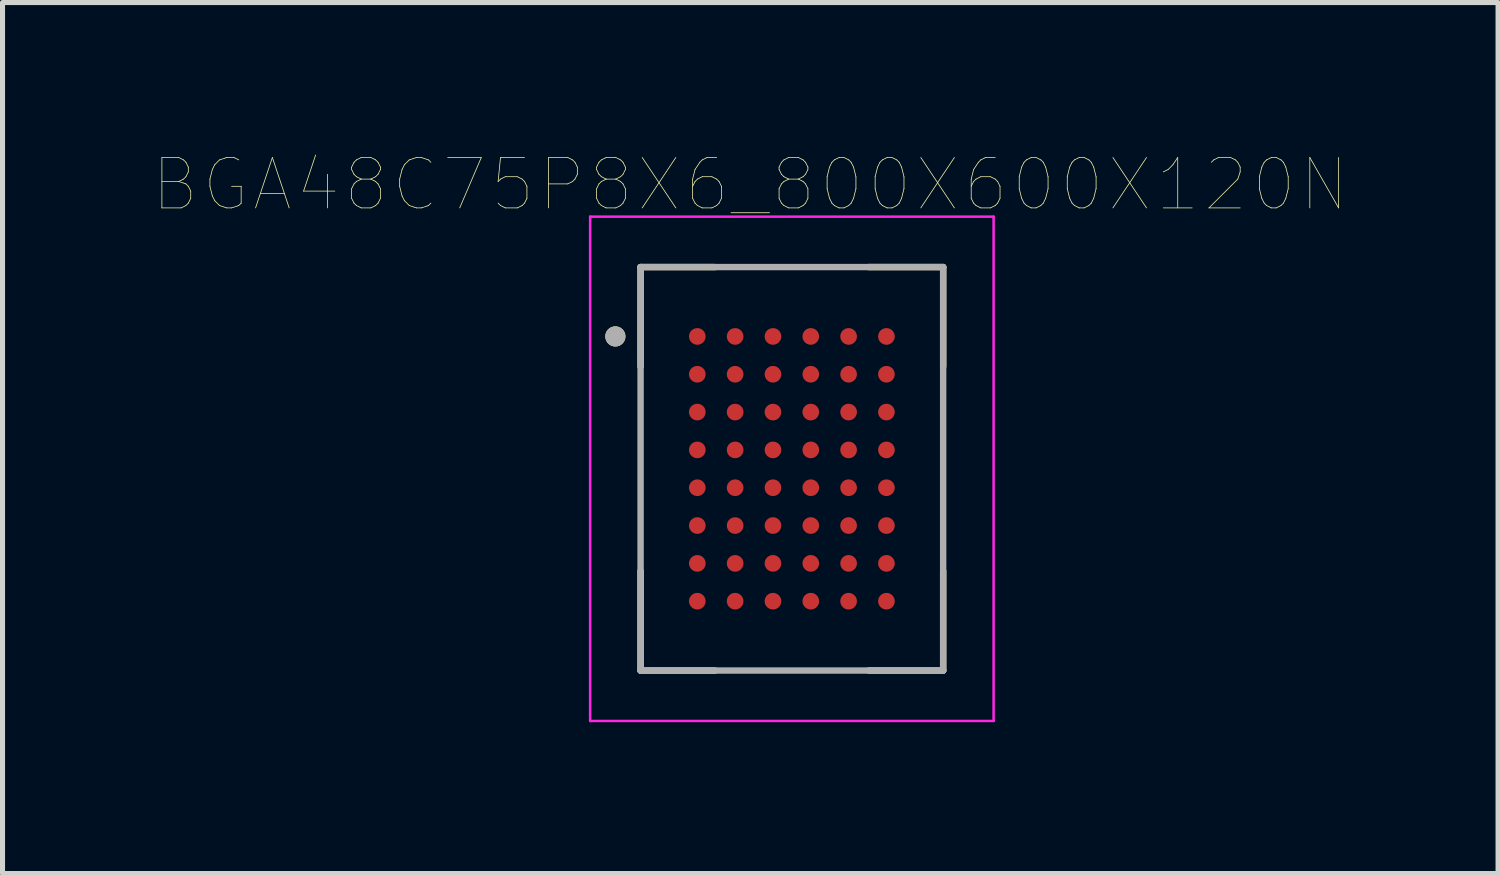
<source format=kicad_pcb>
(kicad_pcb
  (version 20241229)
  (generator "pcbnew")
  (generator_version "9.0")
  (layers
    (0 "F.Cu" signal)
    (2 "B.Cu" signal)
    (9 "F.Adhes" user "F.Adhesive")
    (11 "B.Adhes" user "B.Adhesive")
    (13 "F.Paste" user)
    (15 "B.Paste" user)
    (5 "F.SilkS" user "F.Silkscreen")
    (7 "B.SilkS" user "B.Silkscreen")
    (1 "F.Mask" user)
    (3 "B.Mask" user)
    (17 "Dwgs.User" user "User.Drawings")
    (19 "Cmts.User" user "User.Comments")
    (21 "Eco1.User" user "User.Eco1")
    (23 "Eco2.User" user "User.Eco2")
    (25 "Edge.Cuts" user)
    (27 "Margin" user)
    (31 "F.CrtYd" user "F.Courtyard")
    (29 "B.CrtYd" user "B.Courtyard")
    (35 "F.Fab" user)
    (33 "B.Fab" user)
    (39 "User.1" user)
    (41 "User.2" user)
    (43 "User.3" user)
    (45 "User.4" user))
  (footprint "BGA48C75P8X6_800X600X120N"
    (layer "F.Cu")
    (at 12.652 6.246)
    (property "Reference" "BGA48C75P8X6_800X600X120N" (at -0.825 -5.635 0) (layer "F.SilkS") (effects (font (size 1 1) (thickness 0.015))))
    (attr through_hole)
    (fp_line (start -3 -4) (end -3 -2.025) (stroke (width 0.127) (type solid)) (layer "F.SilkS"))
    (fp_line (start -3 -4) (end -1.525 -4) (stroke (width 0.127) (type solid)) (layer "F.SilkS"))
    (fp_line (start -3 4) (end -3 2.025) (stroke (width 0.127) (type solid)) (layer "F.SilkS"))
    (fp_line (start -3 4) (end -1.525 4) (stroke (width 0.127) (type solid)) (layer "F.SilkS"))
    (fp_line (start 3 -4) (end 1.525 -4) (stroke (width 0.127) (type solid)) (layer "F.SilkS"))
    (fp_line (start 3 -4) (end 3 -2.025) (stroke (width 0.127) (type solid)) (layer "F.SilkS"))
    (fp_line (start 3 4) (end 1.525 4) (stroke (width 0.127) (type solid)) (layer "F.SilkS"))
    (fp_line (start 3 4) (end 3 2.025) (stroke (width 0.127) (type solid)) (layer "F.SilkS"))
    (fp_circle (center -3.5 -2.625) (end -3.4 -2.625) (stroke (width 0.2) (type solid)) (fill no) (layer "F.SilkS"))
    (fp_line (start -4 -5) (end 4 -5) (stroke (width 0.05) (type solid)) (layer "F.CrtYd"))
    (fp_line (start -4 5) (end -4 -5) (stroke (width 0.05) (type solid)) (layer "F.CrtYd"))
    (fp_line (start -4 5) (end 4 5) (stroke (width 0.05) (type solid)) (layer "F.CrtYd"))
    (fp_line (start 4 5) (end 4 -5) (stroke (width 0.05) (type solid)) (layer "F.CrtYd"))
    (fp_line (start -3 4) (end -3 -4) (stroke (width 0.127) (type solid)) (layer "F.Fab"))
    (fp_line (start 3 -4) (end -3 -4) (stroke (width 0.127) (type solid)) (layer "F.Fab"))
    (fp_line (start 3 4) (end -3 4) (stroke (width 0.127) (type solid)) (layer "F.Fab"))
    (fp_line (start 3 4) (end 3 -4) (stroke (width 0.127) (type solid)) (layer "F.Fab"))
    (fp_circle (center -3.5 -2.625) (end -3.4 -2.625) (stroke (width 0.2) (type solid)) (fill no) (layer "F.Fab"))
    (pad "A1" smd circle (at -1.875 -2.625) (size 0.33 0.33) (layers "F.Cu" "F.Mask" "F.Paste"))
    (pad "A2" smd circle (at -1.125 -2.625) (size 0.33 0.33) (layers "F.Cu" "F.Mask" "F.Paste"))
    (pad "A3" smd circle (at -0.375 -2.625) (size 0.33 0.33) (layers "F.Cu" "F.Mask" "F.Paste"))
    (pad "A4" smd circle (at 0.375 -2.625) (size 0.33 0.33) (layers "F.Cu" "F.Mask" "F.Paste"))
    (pad "A5" smd circle (at 1.125 -2.625) (size 0.33 0.33) (layers "F.Cu" "F.Mask" "F.Paste"))
    (pad "A6" smd circle (at 1.875 -2.625) (size 0.33 0.33) (layers "F.Cu" "F.Mask" "F.Paste"))
    (pad "B1" smd circle (at -1.875 -1.875) (size 0.33 0.33) (layers "F.Cu" "F.Mask" "F.Paste"))
    (pad "B2" smd circle (at -1.125 -1.875) (size 0.33 0.33) (layers "F.Cu" "F.Mask" "F.Paste"))
    (pad "B3" smd circle (at -0.375 -1.875) (size 0.33 0.33) (layers "F.Cu" "F.Mask" "F.Paste"))
    (pad "B4" smd circle (at 0.375 -1.875) (size 0.33 0.33) (layers "F.Cu" "F.Mask" "F.Paste"))
    (pad "B5" smd circle (at 1.125 -1.875) (size 0.33 0.33) (layers "F.Cu" "F.Mask" "F.Paste"))
    (pad "B6" smd circle (at 1.875 -1.875) (size 0.33 0.33) (layers "F.Cu" "F.Mask" "F.Paste"))
    (pad "C1" smd circle (at -1.875 -1.125) (size 0.33 0.33) (layers "F.Cu" "F.Mask" "F.Paste"))
    (pad "C2" smd circle (at -1.125 -1.125) (size 0.33 0.33) (layers "F.Cu" "F.Mask" "F.Paste"))
    (pad "C3" smd circle (at -0.375 -1.125) (size 0.33 0.33) (layers "F.Cu" "F.Mask" "F.Paste"))
    (pad "C4" smd circle (at 0.375 -1.125) (size 0.33 0.33) (layers "F.Cu" "F.Mask" "F.Paste"))
    (pad "C5" smd circle (at 1.125 -1.125) (size 0.33 0.33) (layers "F.Cu" "F.Mask" "F.Paste"))
    (pad "C6" smd circle (at 1.875 -1.125) (size 0.33 0.33) (layers "F.Cu" "F.Mask" "F.Paste"))
    (pad "D1" smd circle (at -1.875 -0.375) (size 0.33 0.33) (layers "F.Cu" "F.Mask" "F.Paste"))
    (pad "D2" smd circle (at -1.125 -0.375) (size 0.33 0.33) (layers "F.Cu" "F.Mask" "F.Paste"))
    (pad "D3" smd circle (at -0.375 -0.375) (size 0.33 0.33) (layers "F.Cu" "F.Mask" "F.Paste"))
    (pad "D4" smd circle (at 0.375 -0.375) (size 0.33 0.33) (layers "F.Cu" "F.Mask" "F.Paste"))
    (pad "D5" smd circle (at 1.125 -0.375) (size 0.33 0.33) (layers "F.Cu" "F.Mask" "F.Paste"))
    (pad "D6" smd circle (at 1.875 -0.375) (size 0.33 0.33) (layers "F.Cu" "F.Mask" "F.Paste"))
    (pad "E1" smd circle (at -1.875 0.375) (size 0.33 0.33) (layers "F.Cu" "F.Mask" "F.Paste"))
    (pad "E2" smd circle (at -1.125 0.375) (size 0.33 0.33) (layers "F.Cu" "F.Mask" "F.Paste"))
    (pad "E3" smd circle (at -0.375 0.375) (size 0.33 0.33) (layers "F.Cu" "F.Mask" "F.Paste"))
    (pad "E4" smd circle (at 0.375 0.375) (size 0.33 0.33) (layers "F.Cu" "F.Mask" "F.Paste"))
    (pad "E5" smd circle (at 1.125 0.375) (size 0.33 0.33) (layers "F.Cu" "F.Mask" "F.Paste"))
    (pad "E6" smd circle (at 1.875 0.375) (size 0.33 0.33) (layers "F.Cu" "F.Mask" "F.Paste"))
    (pad "F1" smd circle (at -1.875 1.125) (size 0.33 0.33) (layers "F.Cu" "F.Mask" "F.Paste"))
    (pad "F2" smd circle (at -1.125 1.125) (size 0.33 0.33) (layers "F.Cu" "F.Mask" "F.Paste"))
    (pad "F3" smd circle (at -0.375 1.125) (size 0.33 0.33) (layers "F.Cu" "F.Mask" "F.Paste"))
    (pad "F4" smd circle (at 0.375 1.125) (size 0.33 0.33) (layers "F.Cu" "F.Mask" "F.Paste"))
    (pad "F5" smd circle (at 1.125 1.125) (size 0.33 0.33) (layers "F.Cu" "F.Mask" "F.Paste"))
    (pad "F6" smd circle (at 1.875 1.125) (size 0.33 0.33) (layers "F.Cu" "F.Mask" "F.Paste"))
    (pad "G1" smd circle (at -1.875 1.875) (size 0.33 0.33) (layers "F.Cu" "F.Mask" "F.Paste"))
    (pad "G2" smd circle (at -1.125 1.875) (size 0.33 0.33) (layers "F.Cu" "F.Mask" "F.Paste"))
    (pad "G3" smd circle (at -0.375 1.875) (size 0.33 0.33) (layers "F.Cu" "F.Mask" "F.Paste"))
    (pad "G4" smd circle (at 0.375 1.875) (size 0.33 0.33) (layers "F.Cu" "F.Mask" "F.Paste"))
    (pad "G5" smd circle (at 1.125 1.875) (size 0.33 0.33) (layers "F.Cu" "F.Mask" "F.Paste"))
    (pad "G6" smd circle (at 1.875 1.875) (size 0.33 0.33) (layers "F.Cu" "F.Mask" "F.Paste"))
    (pad "H1" smd circle (at -1.875 2.625) (size 0.33 0.33) (layers "F.Cu" "F.Mask" "F.Paste"))
    (pad "H2" smd circle (at -1.125 2.625) (size 0.33 0.33) (layers "F.Cu" "F.Mask" "F.Paste"))
    (pad "H3" smd circle (at -0.375 2.625) (size 0.33 0.33) (layers "F.Cu" "F.Mask" "F.Paste"))
    (pad "H4" smd circle (at 0.375 2.625) (size 0.33 0.33) (layers "F.Cu" "F.Mask" "F.Paste"))
    (pad "H5" smd circle (at 1.125 2.625) (size 0.33 0.33) (layers "F.Cu" "F.Mask" "F.Paste"))
    (pad "H6" smd circle (at 1.875 2.625) (size 0.33 0.33) (layers "F.Cu" "F.Mask" "F.Paste")))
  (gr_rect
    (start -3 -3)
    (end 26.655 14.271)
    (stroke (width 0.1) (type default))
    (fill no)
    (layer "Edge.Cuts")))
</source>
